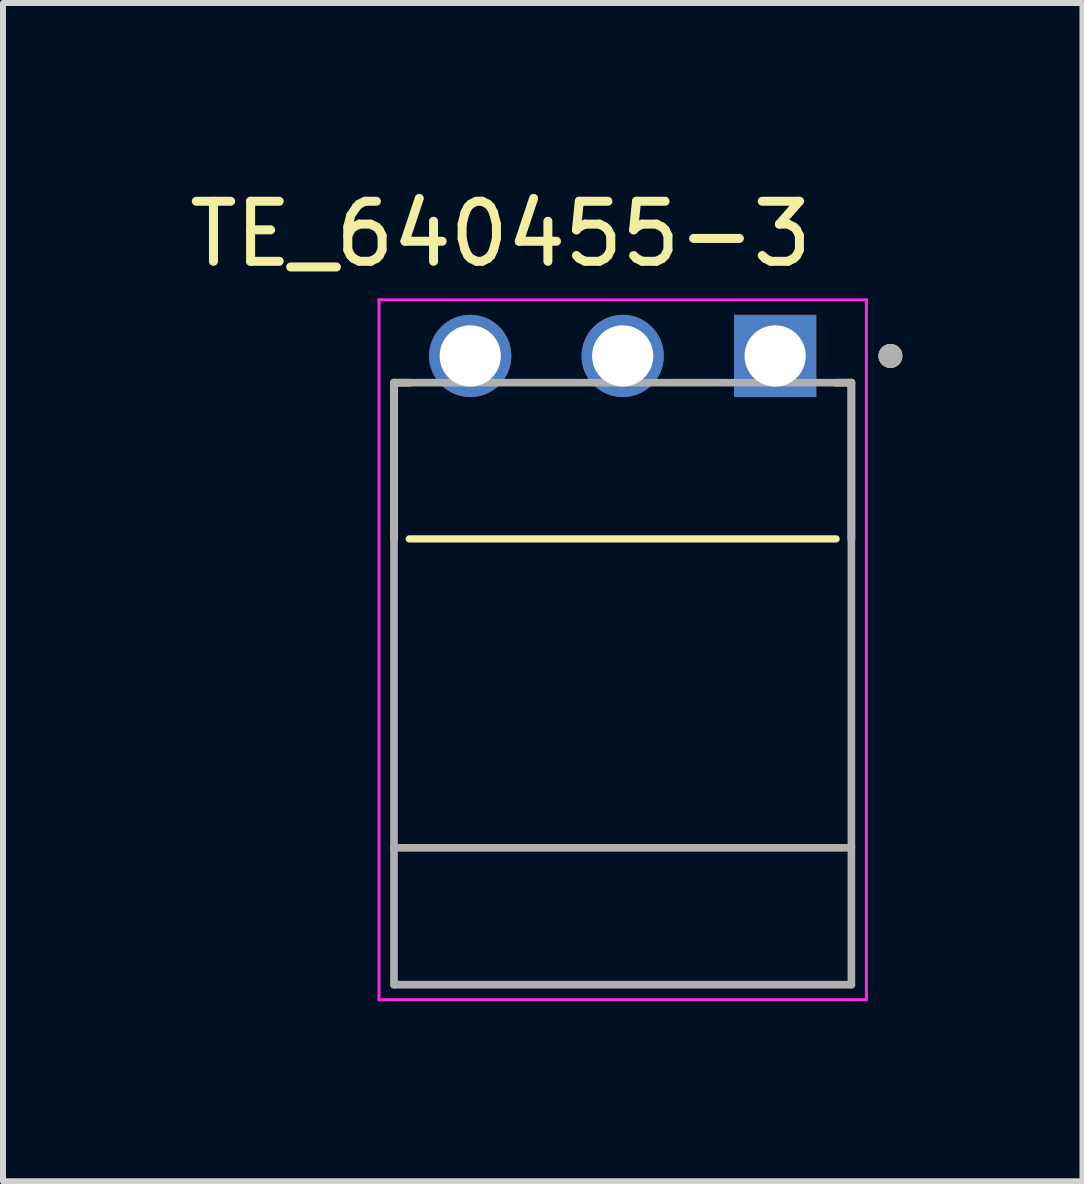
<source format=kicad_pcb>
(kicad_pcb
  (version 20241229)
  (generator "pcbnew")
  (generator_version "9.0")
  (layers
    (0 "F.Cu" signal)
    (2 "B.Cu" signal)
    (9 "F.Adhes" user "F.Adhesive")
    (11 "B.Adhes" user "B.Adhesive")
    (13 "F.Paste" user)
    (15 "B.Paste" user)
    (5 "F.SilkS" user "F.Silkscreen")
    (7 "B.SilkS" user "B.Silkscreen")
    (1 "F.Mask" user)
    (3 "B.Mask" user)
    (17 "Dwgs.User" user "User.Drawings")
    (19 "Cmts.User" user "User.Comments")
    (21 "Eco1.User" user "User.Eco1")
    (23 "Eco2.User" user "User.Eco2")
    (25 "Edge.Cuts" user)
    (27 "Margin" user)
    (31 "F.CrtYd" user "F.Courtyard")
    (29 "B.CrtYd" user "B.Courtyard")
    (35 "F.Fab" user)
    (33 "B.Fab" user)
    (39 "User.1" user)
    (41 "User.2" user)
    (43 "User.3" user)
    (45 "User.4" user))
  (footprint "TE_640455-3"
    (layer "F.Cu")
    (at 9.864 2.88)
    (property "Reference" "TE_640455-3" (at -4.572 -2.032 0) (layer "F.SilkS") (effects (font (size 1 1) (thickness 0.15))))
    (attr through_hole)
    (fp_line (start -6.35 0.445) (end -6.085 0.445) (stroke (width 0.127) (type solid)) (layer "F.SilkS"))
    (fp_line (start -6.35 3.048) (end -6.35 0.445) (stroke (width 0.127) (type solid)) (layer "F.SilkS"))
    (fp_line (start 1.005 0.445) (end 1.27 0.445) (stroke (width 0.127) (type solid)) (layer "F.SilkS"))
    (fp_line (start 1.016 3.048) (end -6.096 3.048) (stroke (width 0.12) (type solid)) (layer "F.SilkS"))
    (fp_line (start 1.27 0.445) (end 1.27 3.048) (stroke (width 0.127) (type solid)) (layer "F.SilkS"))
    (fp_circle (center 1.92 0) (end 2.02 0) (stroke (width 0.2) (type solid)) (fill no) (layer "F.SilkS"))
    (fp_line (start -6.6 -0.935) (end 1.52 -0.935) (stroke (width 0.05) (type solid)) (layer "F.CrtYd"))
    (fp_line (start -6.6 10.725) (end -6.6 -0.935) (stroke (width 0.05) (type solid)) (layer "F.CrtYd"))
    (fp_line (start 1.52 -0.935) (end 1.52 10.725) (stroke (width 0.05) (type solid)) (layer "F.CrtYd"))
    (fp_line (start 1.52 10.725) (end -6.6 10.725) (stroke (width 0.05) (type solid)) (layer "F.CrtYd"))
    (fp_line (start -6.35 0.445) (end 1.27 0.445) (stroke (width 0.127) (type solid)) (layer "F.Fab"))
    (fp_line (start -6.35 8.195) (end -6.35 0.445) (stroke (width 0.127) (type solid)) (layer "F.Fab"))
    (fp_line (start -6.35 8.195) (end -6.35 10.475) (stroke (width 0.127) (type solid)) (layer "F.Fab"))
    (fp_line (start -6.35 10.475) (end 1.27 10.475) (stroke (width 0.127) (type solid)) (layer "F.Fab"))
    (fp_line (start 1.27 0.445) (end 1.27 8.195) (stroke (width 0.127) (type solid)) (layer "F.Fab"))
    (fp_line (start 1.27 8.195) (end -6.35 8.195) (stroke (width 0.127) (type solid)) (layer "F.Fab"))
    (fp_line (start 1.27 10.475) (end 1.27 8.195) (stroke (width 0.127) (type solid)) (layer "F.Fab"))
    (fp_circle (center 1.92 0) (end 2.02 0) (stroke (width 0.2) (type solid)) (fill no) (layer "F.Fab"))
    (pad "1" thru_hole rect (at 0 0) (size 1.37 1.37) (drill 1.02) (layers "*.Cu" "*.Mask"))
    (pad "2" thru_hole circle (at -2.54 0) (size 1.37 1.37) (drill 1.02) (layers "*.Cu" "*.Mask"))
    (pad "3" thru_hole circle (at -5.08 0) (size 1.37 1.37) (drill 1.02) (layers "*.Cu" "*.Mask")))
  (gr_rect
    (start -3 -3)
    (end 14.984 16.63)
    (stroke (width 0.1) (type default))
    (fill no)
    (layer "Edge.Cuts")))
</source>
